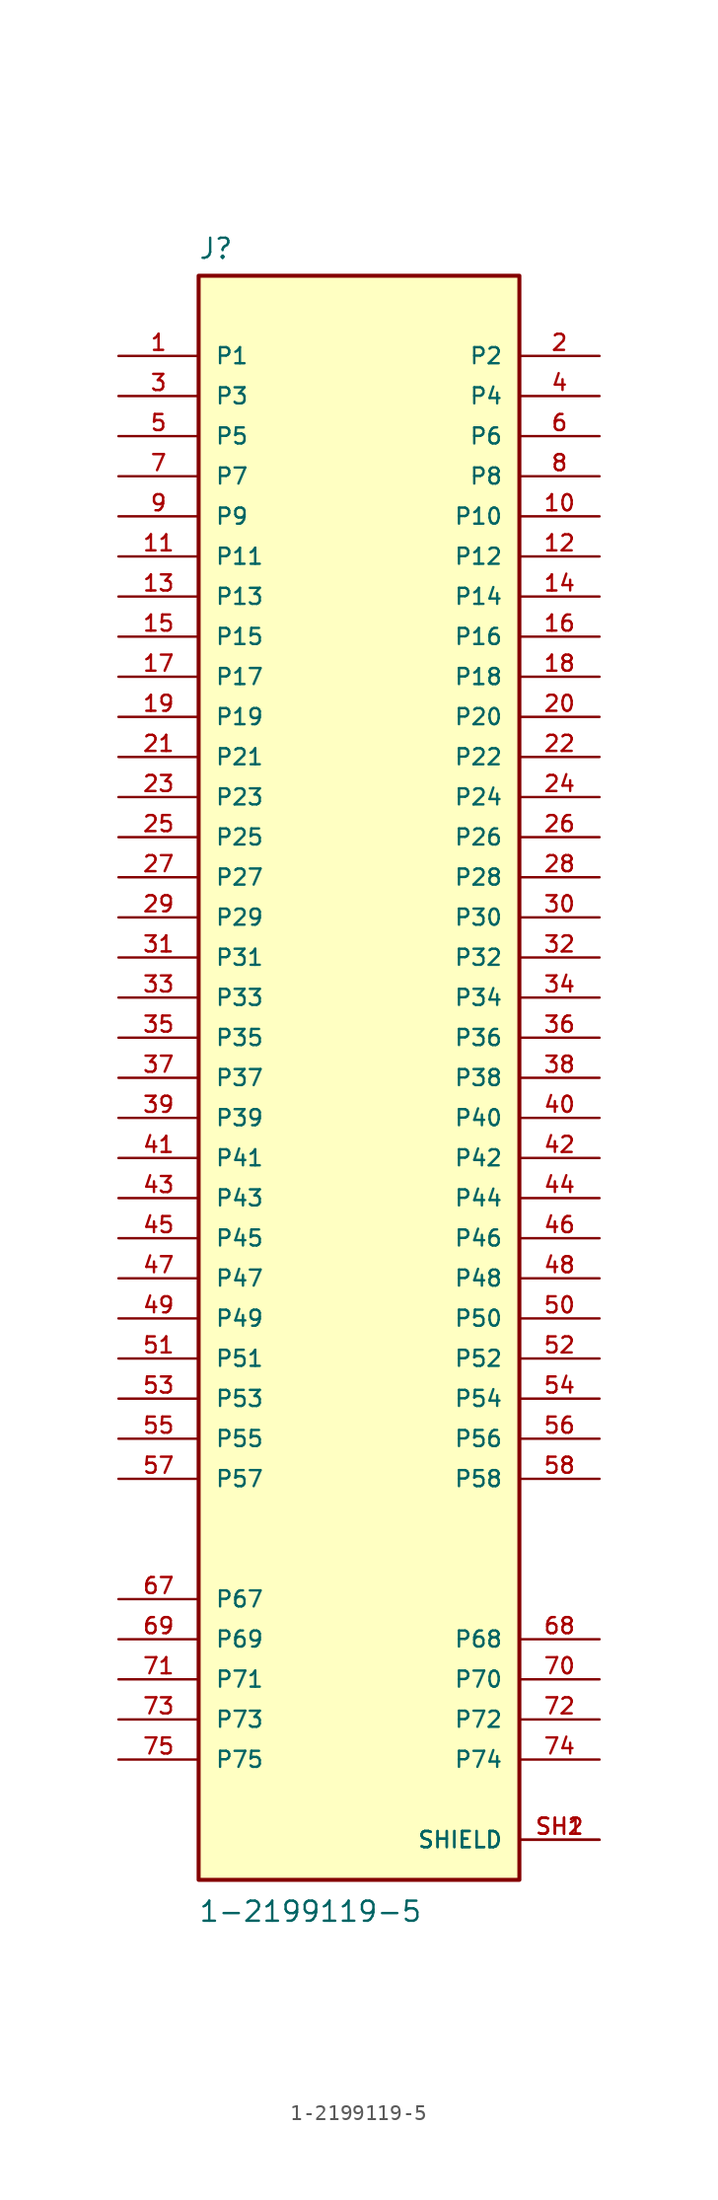
<source format=kicad_sym>
(kicad_symbol_lib
  (version 20211014)
  (generator kicad_symbol_editor)
  (symbol "1-2199119-5"
    (pin_names
      (offset 1.016))
    (property "Reference" "J"
      (at -10.194 51.775 0)
      (effects (font (size 1.27 1.27)) (justify bottom left)))
    (property "Value" "1-2199119-5"
      (at -10.193 -53.551 0)
      (effects (font (size 1.27 1.27)) (justify bottom left)))
    (symbol "1-2199119-5_0_0"
      (rectangle (start -10.16 -50.8) (end 10.16 50.8) (stroke (width 0.254)) (fill (type background)))
      (pin passive line (at -15.24 45.72 0) (length 5.08) (name "P1" (effects (font (size 1.016 1.016)))) (number "1" (effects (font (size 1.016 1.016)))))
      (pin passive line (at 15.24 45.72 180.0) (length 5.08) (name "P2" (effects (font (size 1.016 1.016)))) (number "2" (effects (font (size 1.016 1.016)))))
      (pin passive line (at -15.24 43.18 0) (length 5.08) (name "P3" (effects (font (size 1.016 1.016)))) (number "3" (effects (font (size 1.016 1.016)))))
      (pin passive line (at 15.24 43.18 180.0) (length 5.08) (name "P4" (effects (font (size 1.016 1.016)))) (number "4" (effects (font (size 1.016 1.016)))))
      (pin passive line (at -15.24 40.64 0) (length 5.08) (name "P5" (effects (font (size 1.016 1.016)))) (number "5" (effects (font (size 1.016 1.016)))))
      (pin passive line (at 15.24 40.64 180.0) (length 5.08) (name "P6" (effects (font (size 1.016 1.016)))) (number "6" (effects (font (size 1.016 1.016)))))
      (pin passive line (at -15.24 38.1 0) (length 5.08) (name "P7" (effects (font (size 1.016 1.016)))) (number "7" (effects (font (size 1.016 1.016)))))
      (pin passive line (at 15.24 38.1 180.0) (length 5.08) (name "P8" (effects (font (size 1.016 1.016)))) (number "8" (effects (font (size 1.016 1.016)))))
      (pin passive line (at -15.24 35.56 0) (length 5.08) (name "P9" (effects (font (size 1.016 1.016)))) (number "9" (effects (font (size 1.016 1.016)))))
      (pin passive line (at 15.24 35.56 180.0) (length 5.08) (name "P10" (effects (font (size 1.016 1.016)))) (number "10" (effects (font (size 1.016 1.016)))))
      (pin passive line (at -15.24 33.02 0) (length 5.08) (name "P11" (effects (font (size 1.016 1.016)))) (number "11" (effects (font (size 1.016 1.016)))))
      (pin passive line (at -15.24 30.48 0) (length 5.08) (name "P13" (effects (font (size 1.016 1.016)))) (number "13" (effects (font (size 1.016 1.016)))))
      (pin passive line (at 15.24 30.48 180.0) (length 5.08) (name "P14" (effects (font (size 1.016 1.016)))) (number "14" (effects (font (size 1.016 1.016)))))
      (pin passive line (at -15.24 27.94 0) (length 5.08) (name "P15" (effects (font (size 1.016 1.016)))) (number "15" (effects (font (size 1.016 1.016)))))
      (pin passive line (at 15.24 27.94 180.0) (length 5.08) (name "P16" (effects (font (size 1.016 1.016)))) (number "16" (effects (font (size 1.016 1.016)))))
      (pin passive line (at -15.24 25.4 0) (length 5.08) (name "P17" (effects (font (size 1.016 1.016)))) (number "17" (effects (font (size 1.016 1.016)))))
      (pin passive line (at 15.24 25.4 180.0) (length 5.08) (name "P18" (effects (font (size 1.016 1.016)))) (number "18" (effects (font (size 1.016 1.016)))))
      (pin passive line (at -15.24 22.86 0) (length 5.08) (name "P19" (effects (font (size 1.016 1.016)))) (number "19" (effects (font (size 1.016 1.016)))))
      (pin passive line (at 15.24 22.86 180.0) (length 5.08) (name "P20" (effects (font (size 1.016 1.016)))) (number "20" (effects (font (size 1.016 1.016)))))
      (pin passive line (at -15.24 20.32 0) (length 5.08) (name "P21" (effects (font (size 1.016 1.016)))) (number "21" (effects (font (size 1.016 1.016)))))
      (pin passive line (at 15.24 20.32 180.0) (length 5.08) (name "P22" (effects (font (size 1.016 1.016)))) (number "22" (effects (font (size 1.016 1.016)))))
      (pin passive line (at -15.24 17.78 0) (length 5.08) (name "P23" (effects (font (size 1.016 1.016)))) (number "23" (effects (font (size 1.016 1.016)))))
      (pin passive line (at 15.24 17.78 180.0) (length 5.08) (name "P24" (effects (font (size 1.016 1.016)))) (number "24" (effects (font (size 1.016 1.016)))))
      (pin passive line (at -15.24 15.24 0) (length 5.08) (name "P25" (effects (font (size 1.016 1.016)))) (number "25" (effects (font (size 1.016 1.016)))))
      (pin passive line (at 15.24 15.24 180.0) (length 5.08) (name "P26" (effects (font (size 1.016 1.016)))) (number "26" (effects (font (size 1.016 1.016)))))
      (pin passive line (at -15.24 12.7 0) (length 5.08) (name "P27" (effects (font (size 1.016 1.016)))) (number "27" (effects (font (size 1.016 1.016)))))
      (pin passive line (at 15.24 12.7 180.0) (length 5.08) (name "P28" (effects (font (size 1.016 1.016)))) (number "28" (effects (font (size 1.016 1.016)))))
      (pin passive line (at -15.24 10.16 0) (length 5.08) (name "P29" (effects (font (size 1.016 1.016)))) (number "29" (effects (font (size 1.016 1.016)))))
      (pin passive line (at 15.24 10.16 180.0) (length 5.08) (name "P30" (effects (font (size 1.016 1.016)))) (number "30" (effects (font (size 1.016 1.016)))))
      (pin passive line (at -15.24 7.62 0) (length 5.08) (name "P31" (effects (font (size 1.016 1.016)))) (number "31" (effects (font (size 1.016 1.016)))))
      (pin passive line (at 15.24 7.62 180.0) (length 5.08) (name "P32" (effects (font (size 1.016 1.016)))) (number "32" (effects (font (size 1.016 1.016)))))
      (pin passive line (at -15.24 5.08 0) (length 5.08) (name "P33" (effects (font (size 1.016 1.016)))) (number "33" (effects (font (size 1.016 1.016)))))
      (pin passive line (at 15.24 5.08 180.0) (length 5.08) (name "P34" (effects (font (size 1.016 1.016)))) (number "34" (effects (font (size 1.016 1.016)))))
      (pin passive line (at -15.24 2.54 0) (length 5.08) (name "P35" (effects (font (size 1.016 1.016)))) (number "35" (effects (font (size 1.016 1.016)))))
      (pin passive line (at 15.24 2.54 180.0) (length 5.08) (name "P36" (effects (font (size 1.016 1.016)))) (number "36" (effects (font (size 1.016 1.016)))))
      (pin passive line (at -15.24 0.0 0) (length 5.08) (name "P37" (effects (font (size 1.016 1.016)))) (number "37" (effects (font (size 1.016 1.016)))))
      (pin passive line (at 15.24 0.0 180.0) (length 5.08) (name "P38" (effects (font (size 1.016 1.016)))) (number "38" (effects (font (size 1.016 1.016)))))
      (pin passive line (at -15.24 -2.54 0) (length 5.08) (name "P39" (effects (font (size 1.016 1.016)))) (number "39" (effects (font (size 1.016 1.016)))))
      (pin passive line (at 15.24 -2.54 180.0) (length 5.08) (name "P40" (effects (font (size 1.016 1.016)))) (number "40" (effects (font (size 1.016 1.016)))))
      (pin passive line (at -15.24 -5.08 0) (length 5.08) (name "P41" (effects (font (size 1.016 1.016)))) (number "41" (effects (font (size 1.016 1.016)))))
      (pin passive line (at 15.24 -5.08 180.0) (length 5.08) (name "P42" (effects (font (size 1.016 1.016)))) (number "42" (effects (font (size 1.016 1.016)))))
      (pin passive line (at -15.24 -7.62 0) (length 5.08) (name "P43" (effects (font (size 1.016 1.016)))) (number "43" (effects (font (size 1.016 1.016)))))
      (pin passive line (at 15.24 -7.62 180.0) (length 5.08) (name "P44" (effects (font (size 1.016 1.016)))) (number "44" (effects (font (size 1.016 1.016)))))
      (pin passive line (at -15.24 -10.16 0) (length 5.08) (name "P45" (effects (font (size 1.016 1.016)))) (number "45" (effects (font (size 1.016 1.016)))))
      (pin passive line (at 15.24 -10.16 180.0) (length 5.08) (name "P46" (effects (font (size 1.016 1.016)))) (number "46" (effects (font (size 1.016 1.016)))))
      (pin passive line (at -15.24 -12.7 0) (length 5.08) (name "P47" (effects (font (size 1.016 1.016)))) (number "47" (effects (font (size 1.016 1.016)))))
      (pin passive line (at 15.24 -12.7 180.0) (length 5.08) (name "P48" (effects (font (size 1.016 1.016)))) (number "48" (effects (font (size 1.016 1.016)))))
      (pin passive line (at -15.24 -15.24 0) (length 5.08) (name "P49" (effects (font (size 1.016 1.016)))) (number "49" (effects (font (size 1.016 1.016)))))
      (pin passive line (at 15.24 -15.24 180.0) (length 5.08) (name "P50" (effects (font (size 1.016 1.016)))) (number "50" (effects (font (size 1.016 1.016)))))
      (pin passive line (at -15.24 -17.78 0) (length 5.08) (name "P51" (effects (font (size 1.016 1.016)))) (number "51" (effects (font (size 1.016 1.016)))))
      (pin passive line (at 15.24 -17.78 180.0) (length 5.08) (name "P52" (effects (font (size 1.016 1.016)))) (number "52" (effects (font (size 1.016 1.016)))))
      (pin passive line (at -15.24 -20.32 0) (length 5.08) (name "P53" (effects (font (size 1.016 1.016)))) (number "53" (effects (font (size 1.016 1.016)))))
      (pin passive line (at 15.24 -20.32 180.0) (length 5.08) (name "P54" (effects (font (size 1.016 1.016)))) (number "54" (effects (font (size 1.016 1.016)))))
      (pin passive line (at -15.24 -22.86 0) (length 5.08) (name "P55" (effects (font (size 1.016 1.016)))) (number "55" (effects (font (size 1.016 1.016)))))
      (pin passive line (at 15.24 -22.86 180.0) (length 5.08) (name "P56" (effects (font (size 1.016 1.016)))) (number "56" (effects (font (size 1.016 1.016)))))
      (pin passive line (at -15.24 -25.4 0) (length 5.08) (name "P57" (effects (font (size 1.016 1.016)))) (number "57" (effects (font (size 1.016 1.016)))))
      (pin passive line (at 15.24 -25.4 180.0) (length 5.08) (name "P58" (effects (font (size 1.016 1.016)))) (number "58" (effects (font (size 1.016 1.016)))))
      (pin passive line (at -15.24 -33.02 0) (length 5.08) (name "P67" (effects (font (size 1.016 1.016)))) (number "67" (effects (font (size 1.016 1.016)))))
      (pin passive line (at 15.24 -35.56 180.0) (length 5.08) (name "P68" (effects (font (size 1.016 1.016)))) (number "68" (effects (font (size 1.016 1.016)))))
      (pin passive line (at -15.24 -35.56 0) (length 5.08) (name "P69" (effects (font (size 1.016 1.016)))) (number "69" (effects (font (size 1.016 1.016)))))
      (pin passive line (at 15.24 -38.1 180.0) (length 5.08) (name "P70" (effects (font (size 1.016 1.016)))) (number "70" (effects (font (size 1.016 1.016)))))
      (pin passive line (at -15.24 -38.1 0) (length 5.08) (name "P71" (effects (font (size 1.016 1.016)))) (number "71" (effects (font (size 1.016 1.016)))))
      (pin passive line (at 15.24 -40.64 180.0) (length 5.08) (name "P72" (effects (font (size 1.016 1.016)))) (number "72" (effects (font (size 1.016 1.016)))))
      (pin passive line (at -15.24 -40.64 0) (length 5.08) (name "P73" (effects (font (size 1.016 1.016)))) (number "73" (effects (font (size 1.016 1.016)))))
      (pin passive line (at 15.24 -43.18 180.0) (length 5.08) (name "P74" (effects (font (size 1.016 1.016)))) (number "74" (effects (font (size 1.016 1.016)))))
      (pin passive line (at -15.24 -43.18 0) (length 5.08) (name "P75" (effects (font (size 1.016 1.016)))) (number "75" (effects (font (size 1.016 1.016)))))
      (pin passive line (at 15.24 33.02 180.0) (length 5.08) (name "P12" (effects (font (size 1.016 1.016)))) (number "12" (effects (font (size 1.016 1.016)))))
      (pin passive line (at 15.24 -48.26 180.0) (length 5.08) (name "SHIELD" (effects (font (size 1.016 1.016)))) (number "SH1" (effects (font (size 1.016 1.016)))))
      (pin passive line (at 15.24 -48.26 180.0) (length 5.08) (name "SHIELD" (effects (font (size 1.016 1.016)))) (number "SH2" (effects (font (size 1.016 1.016))))))))
</source>
